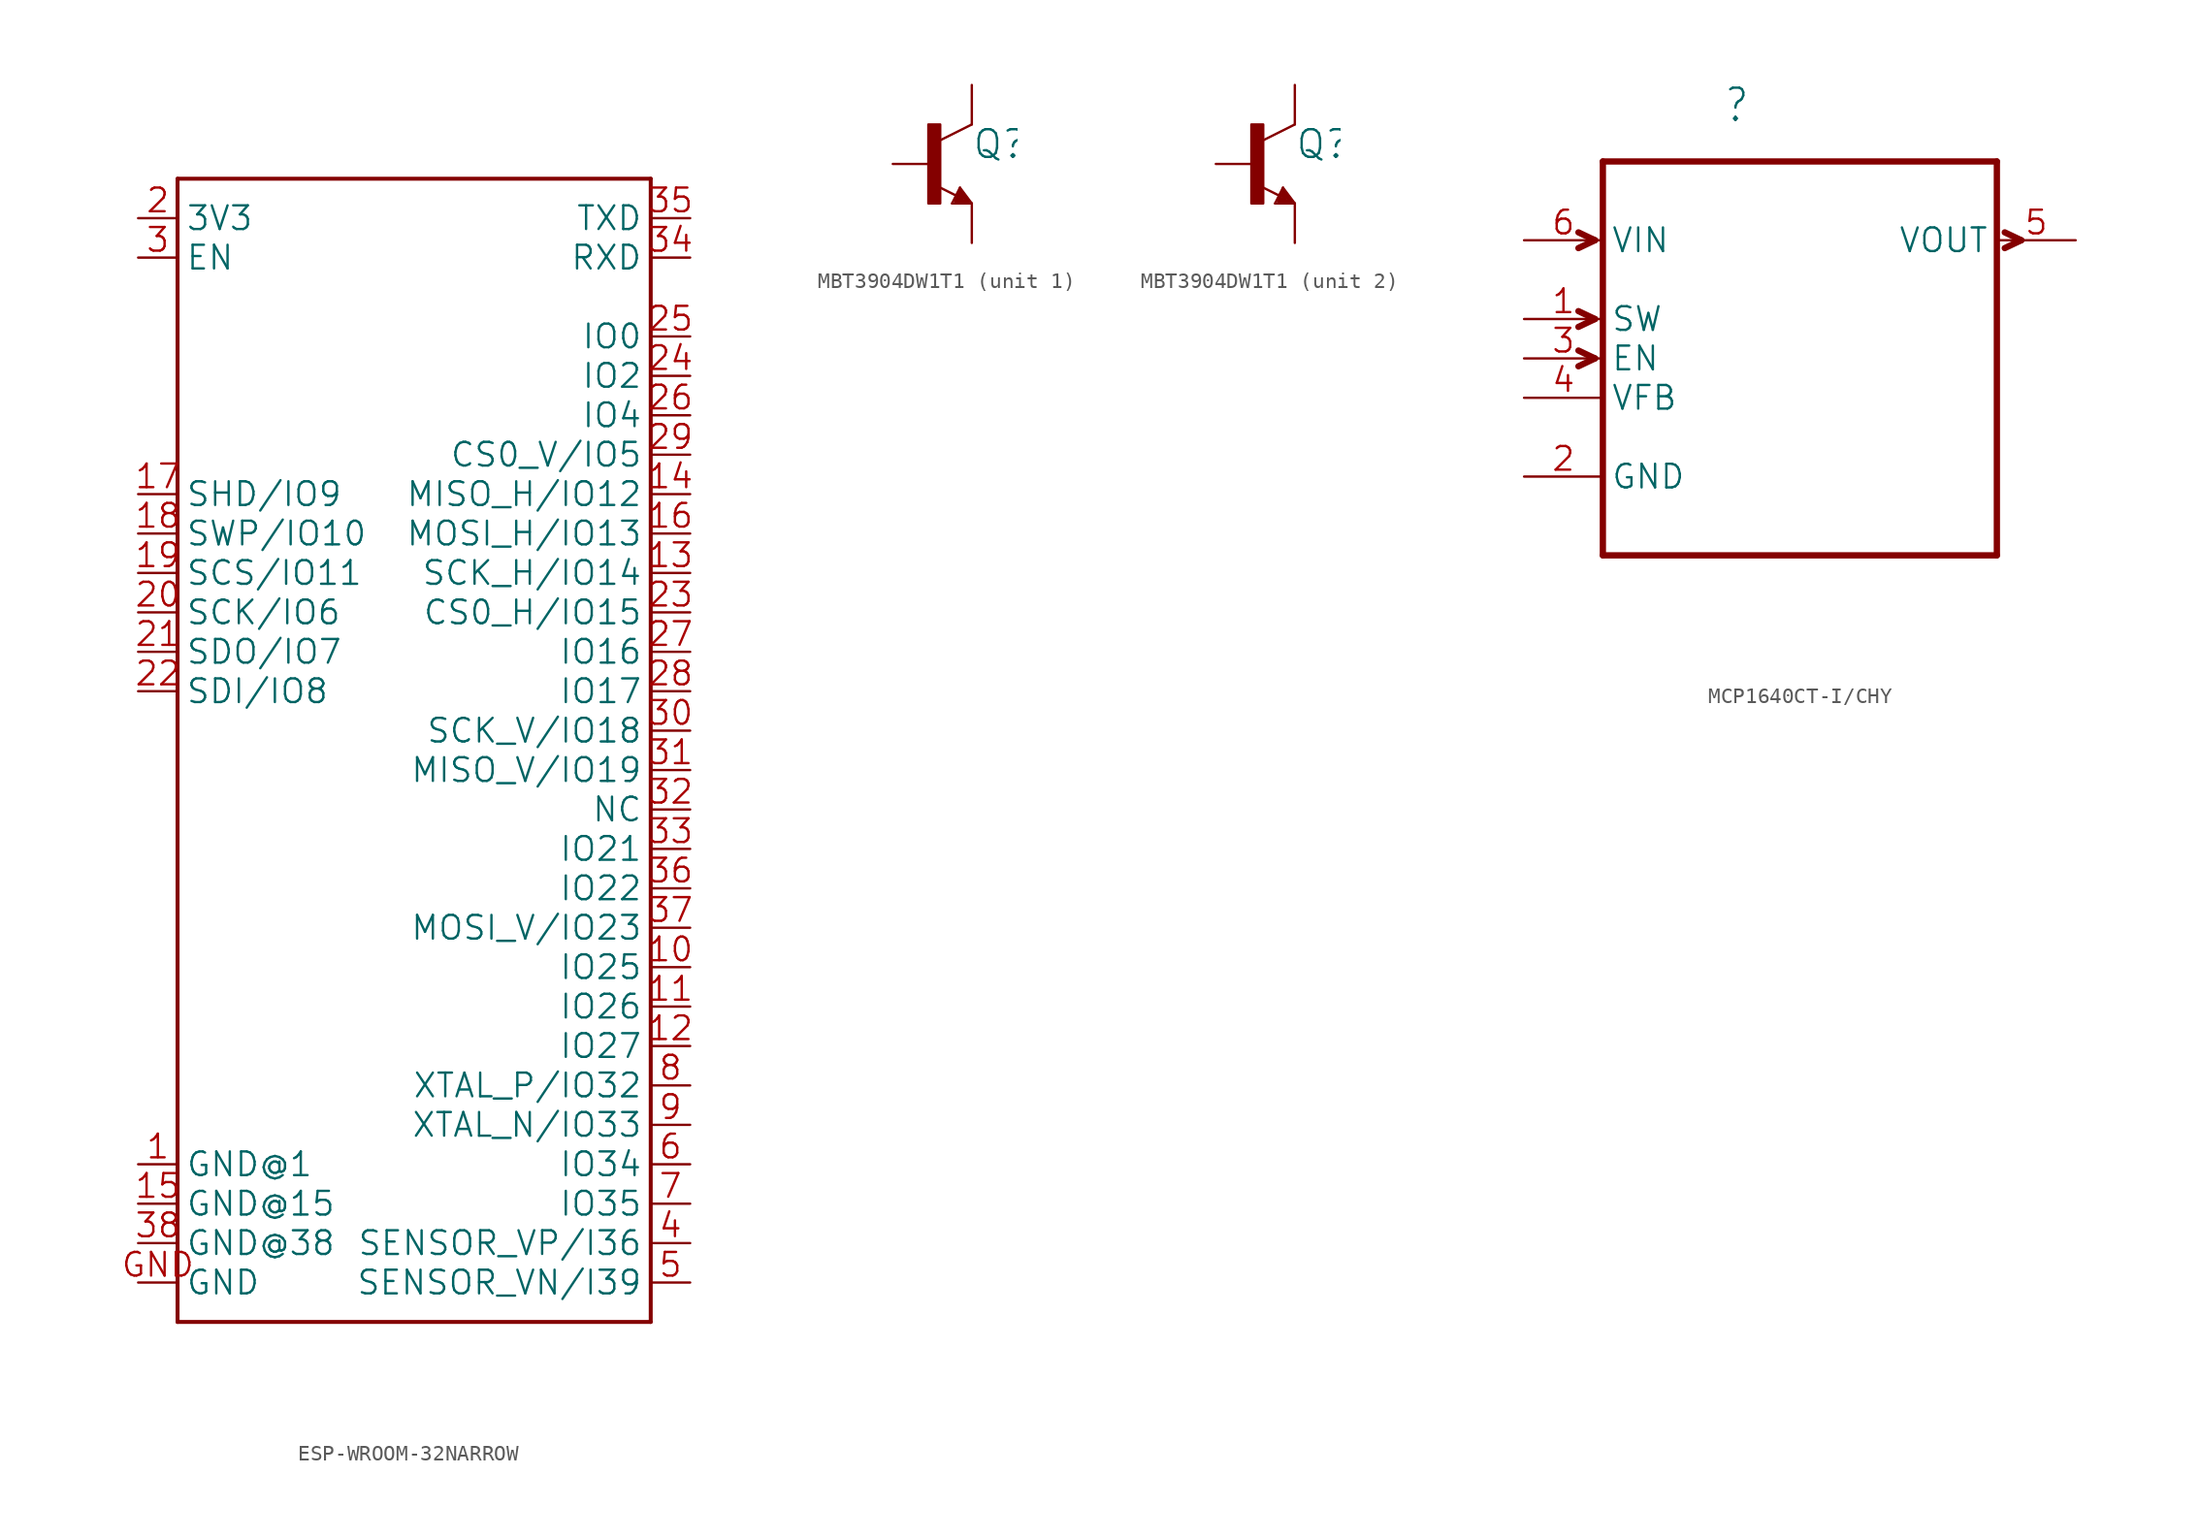
<source format=kicad_sym>
(kicad_symbol_lib
  (version 20241209)
  (generator "kicad_symbol_editor")
  (generator_version "9.0")
  (symbol "ESP-WROOM-32NARROW"
    (property "Reference" "U"
      (at -15.24 35.814 0)
      (effects (font (size 1.778 1.511)) (justify left bottom) (hide yes)))
    (property "ki_locked" ""
      (at 0 0 0)
      (effects (font (size 1.27 1.27))))
    (symbol "ESP-WROOM-32NARROW_1_0"
      (polyline (pts (xy -15.24 35.56) (xy 15.24 35.56)) (stroke (width 0.254) (type solid)) (fill (type none)))
      (polyline (pts (xy -15.24 -38.1) (xy -15.24 35.56)) (stroke (width 0.254) (type solid)) (fill (type none)))
      (polyline (pts (xy 15.24 35.56) (xy 15.24 -38.1)) (stroke (width 0.254) (type solid)) (fill (type none)))
      (polyline (pts (xy 15.24 -38.1) (xy -15.24 -38.1)) (stroke (width 0.254) (type solid)) (fill (type none)))
      (pin bidirectional line (at -17.78 33.02 0) (length 2.54) (name "3V3" (effects (font (size 1.524 1.524)))) (number "2" (effects (font (size 1.524 1.524)))))
      (pin bidirectional line (at -17.78 30.48 0) (length 2.54) (name "EN" (effects (font (size 1.524 1.524)))) (number "3" (effects (font (size 1.524 1.524)))))
      (pin bidirectional line (at -17.78 15.24 0) (length 2.54) (name "SHD/IO9" (effects (font (size 1.524 1.524)))) (number "17" (effects (font (size 1.524 1.524)))))
      (pin bidirectional line (at -17.78 12.7 0) (length 2.54) (name "SWP/IO10" (effects (font (size 1.524 1.524)))) (number "18" (effects (font (size 1.524 1.524)))))
      (pin bidirectional line (at -17.78 10.16 0) (length 2.54) (name "SCS/IO11" (effects (font (size 1.524 1.524)))) (number "19" (effects (font (size 1.524 1.524)))))
      (pin bidirectional line (at -17.78 7.62 0) (length 2.54) (name "SCK/IO6" (effects (font (size 1.524 1.524)))) (number "20" (effects (font (size 1.524 1.524)))))
      (pin bidirectional line (at -17.78 5.08 0) (length 2.54) (name "SDO/IO7" (effects (font (size 1.524 1.524)))) (number "21" (effects (font (size 1.524 1.524)))))
      (pin bidirectional line (at -17.78 2.54 0) (length 2.54) (name "SDI/IO8" (effects (font (size 1.524 1.524)))) (number "22" (effects (font (size 1.524 1.524)))))
      (pin bidirectional line (at -17.78 -27.94 0) (length 2.54) (name "GND@1" (effects (font (size 1.524 1.524)))) (number "1" (effects (font (size 1.524 1.524)))))
      (pin bidirectional line (at -17.78 -30.48 0) (length 2.54) (name "GND@15" (effects (font (size 1.524 1.524)))) (number "15" (effects (font (size 1.524 1.524)))))
      (pin bidirectional line (at -17.78 -33.02 0) (length 2.54) (name "GND@38" (effects (font (size 1.524 1.524)))) (number "38" (effects (font (size 1.524 1.524)))))
      (pin bidirectional line (at -17.78 -35.56 0) (length 2.54) (name "GND" (effects (font (size 1.524 1.524)))) (number "GND" (effects (font (size 1.524 1.524)))))
      (pin bidirectional line (at 17.78 33.02 180) (length 2.54) (name "TXD" (effects (font (size 1.524 1.524)))) (number "35" (effects (font (size 1.524 1.524)))))
      (pin bidirectional line (at 17.78 30.48 180) (length 2.54) (name "RXD" (effects (font (size 1.524 1.524)))) (number "34" (effects (font (size 1.524 1.524)))))
      (pin bidirectional line (at 17.78 25.4 180) (length 2.54) (name "IO0" (effects (font (size 1.524 1.524)))) (number "25" (effects (font (size 1.524 1.524)))))
      (pin bidirectional line (at 17.78 22.86 180) (length 2.54) (name "IO2" (effects (font (size 1.524 1.524)))) (number "24" (effects (font (size 1.524 1.524)))))
      (pin bidirectional line (at 17.78 20.32 180) (length 2.54) (name "IO4" (effects (font (size 1.524 1.524)))) (number "26" (effects (font (size 1.524 1.524)))))
      (pin bidirectional line (at 17.78 17.78 180) (length 2.54) (name "CS0_V/IO5" (effects (font (size 1.524 1.524)))) (number "29" (effects (font (size 1.524 1.524)))))
      (pin bidirectional line (at 17.78 15.24 180) (length 2.54) (name "MISO_H/IO12" (effects (font (size 1.524 1.524)))) (number "14" (effects (font (size 1.524 1.524)))))
      (pin bidirectional line (at 17.78 12.7 180) (length 2.54) (name "MOSI_H/IO13" (effects (font (size 1.524 1.524)))) (number "16" (effects (font (size 1.524 1.524)))))
      (pin bidirectional line (at 17.78 10.16 180) (length 2.54) (name "SCK_H/IO14" (effects (font (size 1.524 1.524)))) (number "13" (effects (font (size 1.524 1.524)))))
      (pin bidirectional line (at 17.78 7.62 180) (length 2.54) (name "CS0_H/IO15" (effects (font (size 1.524 1.524)))) (number "23" (effects (font (size 1.524 1.524)))))
      (pin bidirectional line (at 17.78 5.08 180) (length 2.54) (name "IO16" (effects (font (size 1.524 1.524)))) (number "27" (effects (font (size 1.524 1.524)))))
      (pin bidirectional line (at 17.78 2.54 180) (length 2.54) (name "IO17" (effects (font (size 1.524 1.524)))) (number "28" (effects (font (size 1.524 1.524)))))
      (pin bidirectional line (at 17.78 0 180) (length 2.54) (name "SCK_V/IO18" (effects (font (size 1.524 1.524)))) (number "30" (effects (font (size 1.524 1.524)))))
      (pin bidirectional line (at 17.78 -2.54 180) (length 2.54) (name "MISO_V/IO19" (effects (font (size 1.524 1.524)))) (number "31" (effects (font (size 1.524 1.524)))))
      (pin bidirectional line (at 17.78 -5.08 180) (length 2.54) (name "NC" (effects (font (size 1.524 1.524)))) (number "32" (effects (font (size 1.524 1.524)))))
      (pin bidirectional line (at 17.78 -7.62 180) (length 2.54) (name "IO21" (effects (font (size 1.524 1.524)))) (number "33" (effects (font (size 1.524 1.524)))))
      (pin bidirectional line (at 17.78 -10.16 180) (length 2.54) (name "IO22" (effects (font (size 1.524 1.524)))) (number "36" (effects (font (size 1.524 1.524)))))
      (pin bidirectional line (at 17.78 -12.7 180) (length 2.54) (name "MOSI_V/IO23" (effects (font (size 1.524 1.524)))) (number "37" (effects (font (size 1.524 1.524)))))
      (pin bidirectional line (at 17.78 -15.24 180) (length 2.54) (name "IO25" (effects (font (size 1.524 1.524)))) (number "10" (effects (font (size 1.524 1.524)))))
      (pin bidirectional line (at 17.78 -17.78 180) (length 2.54) (name "IO26" (effects (font (size 1.524 1.524)))) (number "11" (effects (font (size 1.524 1.524)))))
      (pin bidirectional line (at 17.78 -20.32 180) (length 2.54) (name "IO27" (effects (font (size 1.524 1.524)))) (number "12" (effects (font (size 1.524 1.524)))))
      (pin bidirectional line (at 17.78 -22.86 180) (length 2.54) (name "XTAL_P/IO32" (effects (font (size 1.524 1.524)))) (number "8" (effects (font (size 1.524 1.524)))))
      (pin bidirectional line (at 17.78 -25.4 180) (length 2.54) (name "XTAL_N/IO33" (effects (font (size 1.524 1.524)))) (number "9" (effects (font (size 1.524 1.524)))))
      (pin bidirectional line (at 17.78 -27.94 180) (length 2.54) (name "IO34" (effects (font (size 1.524 1.524)))) (number "6" (effects (font (size 1.524 1.524)))))
      (pin bidirectional line (at 17.78 -30.48 180) (length 2.54) (name "IO35" (effects (font (size 1.524 1.524)))) (number "7" (effects (font (size 1.524 1.524)))))
      (pin bidirectional line (at 17.78 -33.02 180) (length 2.54) (name "SENSOR_VP/I36" (effects (font (size 1.524 1.524)))) (number "4" (effects (font (size 1.524 1.524)))))
      (pin bidirectional line (at 17.78 -35.56 180) (length 2.54) (name "SENSOR_VN/I39" (effects (font (size 1.524 1.524)))) (number "5" (effects (font (size 1.524 1.524)))))))
  (symbol "MBT3904DW1T1"
    (property "Reference" "Q"
      (at 2.54 1.27 0)
      (effects (font (size 1.778 1.778)) (justify left)))
    (property "Value" ""
      (at 2.54 -1.27 0)
      (effects (font (size 1.778 1.778)) (justify left)))
    (property "ki_locked" ""
      (at 0 0 0)
      (effects (font (size 1.27 1.27))))
    (symbol "MBT3904DW1T1_1_0"
      (rectangle (start -0.254 -2.54) (end 0.508 2.54) (stroke (width 0) (type default)) (fill (type outline)))
      (polyline (pts (xy 1.27 -2.54) (xy 1.778 -1.524)) (stroke (width 0.152) (type solid)) (fill (type none)))
      (polyline (pts (xy 1.524 -2.286) (xy 1.905 -2.286)) (stroke (width 0.254) (type solid)) (fill (type none)))
      (polyline (pts (xy 1.524 -2.413) (xy 2.286 -2.413)) (stroke (width 0.254) (type solid)) (fill (type none)))
      (polyline (pts (xy 1.54 -2.04) (xy 0.308 -1.424)) (stroke (width 0.152) (type solid)) (fill (type none)))
      (polyline (pts (xy 1.778 -1.524) (xy 2.54 -2.54)) (stroke (width 0.152) (type solid)) (fill (type none)))
      (polyline (pts (xy 1.778 -1.778) (xy 1.524 -2.286)) (stroke (width 0.254) (type solid)) (fill (type none)))
      (polyline (pts (xy 1.905 -2.286) (xy 1.778 -2.032)) (stroke (width 0.254) (type solid)) (fill (type none)))
      (polyline (pts (xy 2.286 -2.413) (xy 1.778 -1.778)) (stroke (width 0.254) (type solid)) (fill (type none)))
      (polyline (pts (xy 2.54 2.54) (xy 0.508 1.524)) (stroke (width 0.152) (type solid)) (fill (type none)))
      (polyline (pts (xy 2.54 -2.54) (xy 1.27 -2.54)) (stroke (width 0.152) (type solid)) (fill (type none)))
      (pin passive line (at -2.54 0 0) (length 2.54) (name "B" (effects (font (size 0 0)))) (number "5" (effects (font (size 0 0)))))
      (pin passive line (at 2.54 5.08 270) (length 2.54) (name "C" (effects (font (size 0 0)))) (number "3" (effects (font (size 0 0)))))
      (pin passive line (at 2.54 -5.08 90) (length 2.54) (name "E" (effects (font (size 0 0)))) (number "4" (effects (font (size 0 0))))))
    (symbol "MBT3904DW1T1_2_0"
      (rectangle (start -0.254 -2.54) (end 0.508 2.54) (stroke (width 0) (type default)) (fill (type outline)))
      (polyline (pts (xy 1.27 -2.54) (xy 1.778 -1.524)) (stroke (width 0.152) (type solid)) (fill (type none)))
      (polyline (pts (xy 1.524 -2.286) (xy 1.905 -2.286)) (stroke (width 0.254) (type solid)) (fill (type none)))
      (polyline (pts (xy 1.524 -2.413) (xy 2.286 -2.413)) (stroke (width 0.254) (type solid)) (fill (type none)))
      (polyline (pts (xy 1.54 -2.04) (xy 0.308 -1.424)) (stroke (width 0.152) (type solid)) (fill (type none)))
      (polyline (pts (xy 1.778 -1.524) (xy 2.54 -2.54)) (stroke (width 0.152) (type solid)) (fill (type none)))
      (polyline (pts (xy 1.778 -1.778) (xy 1.524 -2.286)) (stroke (width 0.254) (type solid)) (fill (type none)))
      (polyline (pts (xy 1.905 -2.286) (xy 1.778 -2.032)) (stroke (width 0.254) (type solid)) (fill (type none)))
      (polyline (pts (xy 2.286 -2.413) (xy 1.778 -1.778)) (stroke (width 0.254) (type solid)) (fill (type none)))
      (polyline (pts (xy 2.54 2.54) (xy 0.508 1.524)) (stroke (width 0.152) (type solid)) (fill (type none)))
      (polyline (pts (xy 2.54 -2.54) (xy 1.27 -2.54)) (stroke (width 0.152) (type solid)) (fill (type none)))
      (pin passive line (at -2.54 0 0) (length 2.54) (name "B" (effects (font (size 0 0)))) (number "2" (effects (font (size 0 0)))))
      (pin passive line (at 2.54 5.08 270) (length 2.54) (name "C" (effects (font (size 0 0)))) (number "6" (effects (font (size 0 0)))))
      (pin passive line (at 2.54 -5.08 90) (length 2.54) (name "E" (effects (font (size 0 0)))) (number "1" (effects (font (size 0 0)))))))
  (symbol "MCP1640CT-I/CHY"
    (property "Reference" ""
      (at -4.928 12.573 0)
      (effects (font (size 2.083 1.77)) (justify left bottom)))
    (property "Value" ""
      (at -5.105 -19.914 0)
      (effects (font (size 2.083 1.77)) (justify left bottom)))
    (property "ki_locked" ""
      (at 0 0 0)
      (effects (font (size 1.27 1.27))))
    (symbol "MCP1640CT-I/CHY_1_0"
      (polyline (pts (xy -13.208 5.08) (xy -14.275 5.588)) (stroke (width 0.406) (type solid)) (fill (type none)))
      (polyline (pts (xy -13.208 5.08) (xy -14.275 4.572)) (stroke (width 0.406) (type solid)) (fill (type none)))
      (polyline (pts (xy -13.208 0) (xy -14.275 0.508)) (stroke (width 0.406) (type solid)) (fill (type none)))
      (polyline (pts (xy -13.208 0) (xy -14.275 -0.508)) (stroke (width 0.406) (type solid)) (fill (type none)))
      (polyline (pts (xy -13.208 -2.54) (xy -14.275 -2.032)) (stroke (width 0.406) (type solid)) (fill (type none)))
      (polyline (pts (xy -13.208 -2.54) (xy -14.275 -3.048)) (stroke (width 0.406) (type solid)) (fill (type none)))
      (polyline (pts (xy -12.7 10.16) (xy -12.7 -15.24)) (stroke (width 0.406) (type solid)) (fill (type none)))
      (polyline (pts (xy -12.7 -15.24) (xy 12.7 -15.24)) (stroke (width 0.406) (type solid)) (fill (type none)))
      (polyline (pts (xy 12.7 10.16) (xy -12.7 10.16)) (stroke (width 0.406) (type solid)) (fill (type none)))
      (polyline (pts (xy 12.7 -15.24) (xy 12.7 10.16)) (stroke (width 0.406) (type solid)) (fill (type none)))
      (polyline (pts (xy 13.208 5.588) (xy 14.275 5.08)) (stroke (width 0.406) (type solid)) (fill (type none)))
      (polyline (pts (xy 13.208 4.572) (xy 14.275 5.08)) (stroke (width 0.406) (type solid)) (fill (type none)))
      (pin input line (at -17.78 5.08 0) (length 5.08) (name "VIN" (effects (font (size 1.524 1.524)))) (number "6" (effects (font (size 1.524 1.524)))))
      (pin input line (at -17.78 0 0) (length 5.08) (name "SW" (effects (font (size 1.524 1.524)))) (number "1" (effects (font (size 1.524 1.524)))))
      (pin input line (at -17.78 -2.54 0) (length 5.08) (name "EN" (effects (font (size 1.524 1.524)))) (number "3" (effects (font (size 1.524 1.524)))))
      (pin input line (at -17.78 -5.08 0) (length 5.08) (name "VFB" (effects (font (size 1.524 1.524)))) (number "4" (effects (font (size 1.524 1.524)))))
      (pin passive line (at -17.78 -10.16 0) (length 5.08) (name "GND" (effects (font (size 1.524 1.524)))) (number "2" (effects (font (size 1.524 1.524)))))
      (pin output line (at 17.78 5.08 180) (length 5.08) (name "VOUT" (effects (font (size 1.524 1.524)))) (number "5" (effects (font (size 1.524 1.524))))))))
</source>
